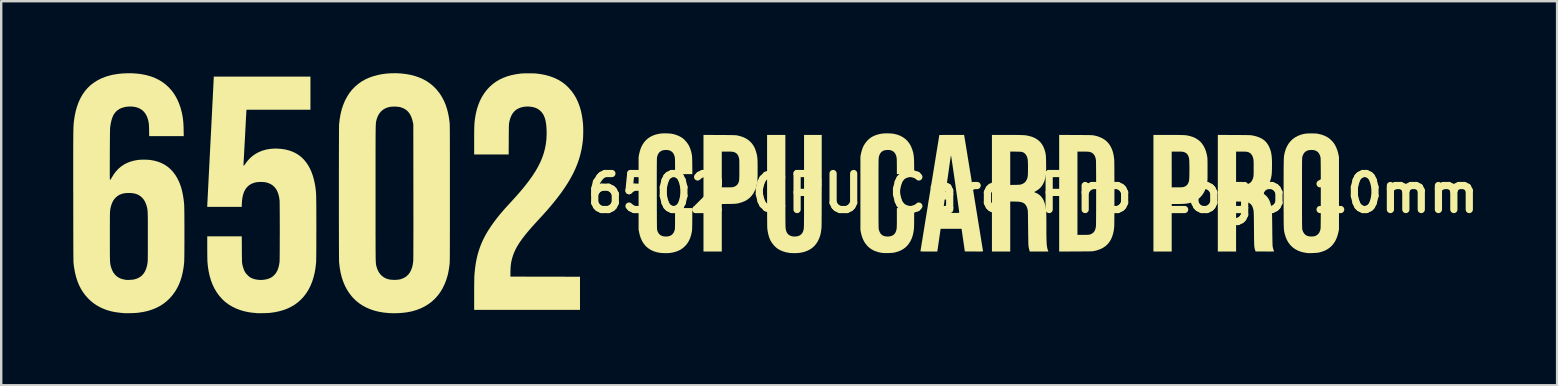
<source format=kicad_pcb>
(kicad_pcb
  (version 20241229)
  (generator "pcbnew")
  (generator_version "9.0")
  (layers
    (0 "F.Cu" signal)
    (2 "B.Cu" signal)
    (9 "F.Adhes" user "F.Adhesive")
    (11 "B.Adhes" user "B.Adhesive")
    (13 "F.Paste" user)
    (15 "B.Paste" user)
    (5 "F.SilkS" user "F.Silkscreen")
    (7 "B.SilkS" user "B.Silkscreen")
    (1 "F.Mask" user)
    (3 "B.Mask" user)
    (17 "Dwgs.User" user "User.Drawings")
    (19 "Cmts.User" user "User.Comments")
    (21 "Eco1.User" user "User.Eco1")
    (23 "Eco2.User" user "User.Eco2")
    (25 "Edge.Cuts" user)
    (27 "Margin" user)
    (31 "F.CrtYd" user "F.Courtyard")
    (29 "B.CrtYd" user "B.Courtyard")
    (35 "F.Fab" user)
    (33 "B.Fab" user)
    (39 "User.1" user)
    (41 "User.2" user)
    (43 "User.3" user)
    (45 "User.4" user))
  (footprint "6502 CPU Card Pro Logo 10mm"
    (layer "F.Cu")
    (at 39.973 4.999)
    (property "Reference" "6502 CPU Card Pro Logo 10mm" (at 0 0 0) (layer "F.SilkS") (effects (font (size 1.5 1.5) (thickness 0.3))))
    (attr board_only exclude_from_pos_files exclude_from_bom)
    (fp_poly (pts (xy 5.771 -2.428) (xy 5.884 -2.428) (xy 5.982 -2.428) (xy 6.067 -2.427) (xy 6.141 -2.426) (xy 6.205 -2.424) (xy 6.26 -2.422) (xy 6.307 -2.42) (xy 6.349 -2.417) (xy 6.386 -2.413) (xy 6.419 -2.408) (xy 6.451 -2.403) (xy 6.481 -2.396) (xy 6.513 -2.389) (xy 6.538 -2.383) (xy 6.662 -2.344) (xy 6.775 -2.293) (xy 6.875 -2.231) (xy 6.965 -2.157) (xy 7.044 -2.07) (xy 7.111 -1.97) (xy 7.168 -1.858) (xy 7.214 -1.733) (xy 7.249 -1.595) (xy 7.261 -1.531) (xy 7.265 -1.51) (xy 7.267 -1.488) (xy 7.27 -1.463) (xy 7.272 -1.433) (xy 7.273 -1.399) (xy 7.274 -1.356) (xy 7.275 -1.305) (xy 7.276 -1.243) (xy 7.276 -1.169) (xy 7.276 -1.081) (xy 7.276 -0.99) (xy 7.276 -0.888) (xy 7.276 -0.802) (xy 7.276 -0.729) (xy 7.275 -0.668) (xy 7.274 -0.618) (xy 7.273 -0.577) (xy 7.272 -0.543) (xy 7.27 -0.514) (xy 7.267 -0.49) (xy 7.264 -0.467) (xy 7.261 -0.448) (xy 7.234 -0.316) (xy 7.199 -0.198) (xy 7.155 -0.092) (xy 7.103 0.004) (xy 7.042 0.091) (xy 6.999 0.14) (xy 6.928 0.209) (xy 6.854 0.266) (xy 6.77 0.316) (xy 6.749 0.326) (xy 6.683 0.357) (xy 6.618 0.382) (xy 6.551 0.402) (xy 6.479 0.418) (xy 6.401 0.431) (xy 6.314 0.44) (xy 6.216 0.445) (xy 6.105 0.448) (xy 6.022 0.448) (xy 5.783 0.448) (xy 5.783 1.438) (xy 5.783 2.428) (xy 5.402 2.428) (xy 5.022 2.428) (xy 5.022 0) (xy 5.022 -0.99) (xy 5.783 -0.99) (xy 5.783 -0.245) (xy 6.005 -0.245) (xy 6.085 -0.246) (xy 6.149 -0.247) (xy 6.199 -0.249) (xy 6.236 -0.252) (xy 6.262 -0.255) (xy 6.27 -0.257) (xy 6.337 -0.282) (xy 6.393 -0.317) (xy 6.438 -0.363) (xy 6.473 -0.422) (xy 6.498 -0.494) (xy 6.506 -0.528) (xy 6.509 -0.555) (xy 6.512 -0.596) (xy 6.515 -0.65) (xy 6.517 -0.715) (xy 6.519 -0.787) (xy 6.52 -0.864) (xy 6.52 -0.946) (xy 6.521 -1.028) (xy 6.52 -1.109) (xy 6.519 -1.187) (xy 6.518 -1.259) (xy 6.516 -1.324) (xy 6.513 -1.378) (xy 6.51 -1.42) (xy 6.507 -1.447) (xy 6.506 -1.448) (xy 6.486 -1.525) (xy 6.458 -1.587) (xy 6.423 -1.637) (xy 6.377 -1.675) (xy 6.32 -1.705) (xy 6.284 -1.718) (xy 6.266 -1.723) (xy 6.247 -1.727) (xy 6.225 -1.73) (xy 6.197 -1.732) (xy 6.162 -1.733) (xy 6.116 -1.734) (xy 6.057 -1.734) (xy 6.006 -1.735) (xy 5.783 -1.735) (xy 5.783 -0.99) (xy 5.022 -0.99) (xy 5.022 -2.428) (xy 5.643 -2.428)) (stroke (width 0) (type solid)) (fill yes) (layer "F.SilkS"))
    (fp_poly (pts (xy -13.053 -2.426) (xy -12.929 -2.425) (xy -12.82 -2.425) (xy -12.726 -2.424) (xy -12.645 -2.423) (xy -12.576 -2.422) (xy -12.518 -2.421) (xy -12.47 -2.42) (xy -12.43 -2.419) (xy -12.398 -2.417) (xy -12.372 -2.416) (xy -12.35 -2.414) (xy -12.332 -2.411) (xy -12.317 -2.409) (xy -12.315 -2.408) (xy -12.179 -2.375) (xy -12.055 -2.332) (xy -11.945 -2.278) (xy -11.847 -2.213) (xy -11.761 -2.138) (xy -11.685 -2.05) (xy -11.621 -1.951) (xy -11.598 -1.908) (xy -11.578 -1.864) (xy -11.557 -1.809) (xy -11.536 -1.748) (xy -11.518 -1.688) (xy -11.503 -1.634) (xy -11.499 -1.616) (xy -11.492 -1.576) (xy -11.485 -1.538) (xy -11.48 -1.501) (xy -11.475 -1.462) (xy -11.472 -1.42) (xy -11.469 -1.372) (xy -11.467 -1.318) (xy -11.466 -1.254) (xy -11.465 -1.179) (xy -11.465 -1.09) (xy -11.465 -0.99) (xy -11.465 -0.875) (xy -11.466 -0.776) (xy -11.467 -0.689) (xy -11.47 -0.614) (xy -11.473 -0.548) (xy -11.478 -0.491) (xy -11.485 -0.438) (xy -11.493 -0.39) (xy -11.503 -0.344) (xy -11.515 -0.299) (xy -11.529 -0.251) (xy -11.541 -0.214) (xy -11.589 -0.094) (xy -11.647 0.014) (xy -11.717 0.11) (xy -11.799 0.194) (xy -11.892 0.266) (xy -11.997 0.326) (xy -12.115 0.375) (xy -12.245 0.413) (xy -12.315 0.428) (xy -12.343 0.432) (xy -12.374 0.436) (xy -12.412 0.439) (xy -12.458 0.441) (xy -12.513 0.443) (xy -12.582 0.445) (xy -12.664 0.446) (xy -12.677 0.446) (xy -12.958 0.45) (xy -12.958 1.439) (xy -12.958 2.428) (xy -13.339 2.428) (xy -13.72 2.428) (xy -13.72 -0.000468) (xy -13.72 -0.99) (xy -12.958 -0.99) (xy -12.958 -0.245) (xy -12.74 -0.245) (xy -12.661 -0.246) (xy -12.597 -0.247) (xy -12.548 -0.249) (xy -12.511 -0.252) (xy -12.486 -0.255) (xy -12.48 -0.257) (xy -12.411 -0.282) (xy -12.352 -0.319) (xy -12.305 -0.364) (xy -12.272 -0.418) (xy -12.272 -0.419) (xy -12.262 -0.442) (xy -12.254 -0.463) (xy -12.247 -0.485) (xy -12.241 -0.509) (xy -12.237 -0.536) (xy -12.233 -0.569) (xy -12.23 -0.608) (xy -12.229 -0.656) (xy -12.227 -0.713) (xy -12.227 -0.782) (xy -12.226 -0.865) (xy -12.226 -0.962) (xy -12.226 -0.99) (xy -12.226 -1.087) (xy -12.226 -1.168) (xy -12.227 -1.236) (xy -12.227 -1.291) (xy -12.228 -1.336) (xy -12.23 -1.372) (xy -12.231 -1.4) (xy -12.233 -1.423) (xy -12.236 -1.441) (xy -12.239 -1.457) (xy -12.241 -1.467) (xy -12.264 -1.54) (xy -12.293 -1.598) (xy -12.329 -1.643) (xy -12.374 -1.678) (xy -12.395 -1.69) (xy -12.421 -1.703) (xy -12.447 -1.713) (xy -12.473 -1.721) (xy -12.503 -1.726) (xy -12.538 -1.73) (xy -12.582 -1.733) (xy -12.637 -1.734) (xy -12.706 -1.734) (xy -12.74 -1.734) (xy -12.958 -1.735) (xy -12.958 -0.99) (xy -13.72 -0.99) (xy -13.72 -2.429)) (stroke (width 0) (type solid)) (fill yes) (layer "F.SilkS"))
    (fp_poly (pts (xy -10.31 -0.518) (xy -10.31 -0.303) (xy -10.31 -0.104) (xy -10.31 0.08) (xy -10.309 0.248) (xy -10.309 0.403) (xy -10.309 0.543) (xy -10.309 0.671) (xy -10.309 0.786) (xy -10.308 0.89) (xy -10.308 0.982) (xy -10.307 1.065) (xy -10.307 1.137) (xy -10.306 1.201) (xy -10.306 1.256) (xy -10.305 1.303) (xy -10.304 1.344) (xy -10.303 1.378) (xy -10.302 1.406) (xy -10.301 1.429) (xy -10.3 1.448) (xy -10.299 1.462) (xy -10.297 1.474) (xy -10.297 1.476) (xy -10.279 1.56) (xy -10.252 1.629) (xy -10.215 1.686) (xy -10.167 1.731) (xy -10.126 1.758) (xy -10.073 1.781) (xy -10.02 1.796) (xy -9.96 1.802) (xy -9.921 1.803) (xy -9.84 1.798) (xy -9.771 1.783) (xy -9.711 1.757) (xy -9.659 1.718) (xy -9.645 1.705) (xy -9.611 1.666) (xy -9.585 1.623) (xy -9.565 1.572) (xy -9.549 1.508) (xy -9.547 1.502) (xy -9.546 1.493) (xy -9.544 1.483) (xy -9.542 1.472) (xy -9.541 1.459) (xy -9.54 1.443) (xy -9.539 1.423) (xy -9.538 1.399) (xy -9.537 1.371) (xy -9.536 1.337) (xy -9.535 1.297) (xy -9.535 1.25) (xy -9.534 1.195) (xy -9.534 1.132) (xy -9.533 1.061) (xy -9.533 0.98) (xy -9.532 0.888) (xy -9.532 0.786) (xy -9.532 0.672) (xy -9.532 0.546) (xy -9.532 0.408) (xy -9.532 0.255) (xy -9.532 0.088) (xy -9.531 -0.093) (xy -9.531 -0.29) (xy -9.531 -0.501) (xy -9.531 -2.428) (xy -9.163 -2.428) (xy -8.795 -2.428) (xy -8.795 -0.561) (xy -8.795 -0.326) (xy -8.795 -0.105) (xy -8.796 0.102) (xy -8.796 0.295) (xy -8.796 0.474) (xy -8.797 0.638) (xy -8.797 0.788) (xy -8.798 0.922) (xy -8.799 1.042) (xy -8.799 1.146) (xy -8.8 1.234) (xy -8.801 1.307) (xy -8.802 1.363) (xy -8.803 1.403) (xy -8.804 1.426) (xy -8.817 1.552) (xy -8.836 1.666) (xy -8.862 1.77) (xy -8.897 1.869) (xy -8.94 1.965) (xy -8.957 1.997) (xy -9.023 2.102) (xy -9.1 2.195) (xy -9.189 2.276) (xy -9.29 2.344) (xy -9.402 2.4) (xy -9.525 2.444) (xy -9.66 2.475) (xy -9.709 2.483) (xy -9.766 2.489) (xy -9.834 2.493) (xy -9.909 2.495) (xy -9.986 2.494) (xy -10.06 2.492) (xy -10.126 2.487) (xy -10.166 2.482) (xy -10.295 2.457) (xy -10.419 2.418) (xy -10.534 2.368) (xy -10.623 2.317) (xy -10.685 2.27) (xy -10.749 2.211) (xy -10.811 2.142) (xy -10.867 2.068) (xy -10.915 1.993) (xy -10.934 1.958) (xy -10.969 1.878) (xy -11.001 1.784) (xy -11.027 1.681) (xy -11.048 1.573) (xy -11.062 1.463) (xy -11.062 1.455) (xy -11.064 1.434) (xy -11.065 1.396) (xy -11.066 1.342) (xy -11.066 1.271) (xy -11.067 1.185) (xy -11.068 1.082) (xy -11.069 0.963) (xy -11.069 0.829) (xy -11.07 0.679) (xy -11.07 0.514) (xy -11.071 0.334) (xy -11.071 0.139) (xy -11.071 -0.07) (xy -11.071 -0.294) (xy -11.071 -0.533) (xy -11.071 -0.535) (xy -11.071 -2.428) (xy -10.691 -2.428) (xy -10.31 -2.428)) (stroke (width 0) (type solid)) (fill yes) (layer "F.SilkS"))
    (fp_poly (pts (xy 1.783 -2.426) (xy 1.909 -2.425) (xy 2.02 -2.425) (xy 2.116 -2.424) (xy 2.199 -2.423) (xy 2.269 -2.422) (xy 2.329 -2.422) (xy 2.378 -2.42) (xy 2.419 -2.419) (xy 2.453 -2.418) (xy 2.48 -2.416) (xy 2.502 -2.414) (xy 2.521 -2.412) (xy 2.536 -2.41) (xy 2.543 -2.408) (xy 2.678 -2.376) (xy 2.799 -2.333) (xy 2.908 -2.281) (xy 3.004 -2.219) (xy 3.089 -2.146) (xy 3.163 -2.063) (xy 3.198 -2.014) (xy 3.254 -1.918) (xy 3.3 -1.816) (xy 3.337 -1.706) (xy 3.364 -1.585) (xy 3.384 -1.452) (xy 3.388 -1.405) (xy 3.389 -1.383) (xy 3.391 -1.345) (xy 3.392 -1.293) (xy 3.393 -1.227) (xy 3.393 -1.149) (xy 3.394 -1.06) (xy 3.395 -0.961) (xy 3.395 -0.853) (xy 3.396 -0.737) (xy 3.396 -0.615) (xy 3.397 -0.488) (xy 3.397 -0.356) (xy 3.397 -0.222) (xy 3.397 -0.085) (xy 3.397 0.052) (xy 3.397 0.189) (xy 3.397 0.324) (xy 3.397 0.457) (xy 3.396 0.585) (xy 3.396 0.709) (xy 3.396 0.826) (xy 3.395 0.936) (xy 3.394 1.037) (xy 3.394 1.129) (xy 3.393 1.209) (xy 3.392 1.278) (xy 3.391 1.334) (xy 3.39 1.375) (xy 3.389 1.401) (xy 3.388 1.405) (xy 3.369 1.557) (xy 3.339 1.696) (xy 3.298 1.822) (xy 3.246 1.936) (xy 3.183 2.037) (xy 3.108 2.127) (xy 3.022 2.205) (xy 2.923 2.272) (xy 2.812 2.327) (xy 2.689 2.372) (xy 2.552 2.406) (xy 2.543 2.408) (xy 2.528 2.411) (xy 2.511 2.413) (xy 2.49 2.415) (xy 2.466 2.417) (xy 2.435 2.419) (xy 2.397 2.42) (xy 2.352 2.421) (xy 2.297 2.422) (xy 2.231 2.423) (xy 2.154 2.424) (xy 2.064 2.424) (xy 1.96 2.425) (xy 1.841 2.426) (xy 1.783 2.426) (xy 1.096 2.429) (xy 1.096 0) (xy 1.857 0) (xy 1.857 1.735) (xy 2.086 1.735) (xy 2.16 1.734) (xy 2.218 1.734) (xy 2.265 1.732) (xy 2.302 1.731) (xy 2.331 1.728) (xy 2.354 1.724) (xy 2.371 1.72) (xy 2.427 1.7) (xy 2.481 1.669) (xy 2.528 1.63) (xy 2.557 1.596) (xy 2.586 1.542) (xy 2.609 1.473) (xy 2.625 1.392) (xy 2.627 1.384) (xy 2.628 1.366) (xy 2.629 1.333) (xy 2.63 1.285) (xy 2.631 1.224) (xy 2.632 1.15) (xy 2.633 1.065) (xy 2.633 0.97) (xy 2.634 0.866) (xy 2.635 0.754) (xy 2.635 0.636) (xy 2.635 0.512) (xy 2.636 0.383) (xy 2.636 0.252) (xy 2.636 0.118) (xy 2.636 -0.017) (xy 2.636 -0.152) (xy 2.636 -0.285) (xy 2.636 -0.416) (xy 2.635 -0.544) (xy 2.635 -0.666) (xy 2.634 -0.783) (xy 2.634 -0.893) (xy 2.633 -0.995) (xy 2.632 -1.088) (xy 2.632 -1.17) (xy 2.631 -1.241) (xy 2.63 -1.299) (xy 2.629 -1.343) (xy 2.627 -1.372) (xy 2.627 -1.384) (xy 2.611 -1.466) (xy 2.589 -1.534) (xy 2.56 -1.59) (xy 2.521 -1.636) (xy 2.478 -1.672) (xy 2.451 -1.689) (xy 2.425 -1.702) (xy 2.398 -1.713) (xy 2.367 -1.721) (xy 2.33 -1.727) (xy 2.285 -1.731) (xy 2.23 -1.733) (xy 2.162 -1.734) (xy 2.086 -1.735) (xy 1.857 -1.735) (xy 1.857 0) (xy 1.096 0) (xy 1.096 -2.429)) (stroke (width 0) (type solid)) (fill yes) (layer "F.SilkS"))
    (fp_poly (pts (xy -5.98 -2.493) (xy -5.901 -2.488) (xy -5.829 -2.481) (xy -5.771 -2.471) (xy -5.638 -2.437) (xy -5.517 -2.39) (xy -5.408 -2.33) (xy -5.309 -2.258) (xy -5.223 -2.174) (xy -5.147 -2.077) (xy -5.084 -1.968) (xy -5.032 -1.846) (xy -4.991 -1.713) (xy -4.988 -1.699) (xy -4.977 -1.649) (xy -4.968 -1.596) (xy -4.961 -1.54) (xy -4.955 -1.479) (xy -4.951 -1.409) (xy -4.948 -1.329) (xy -4.946 -1.237) (xy -4.945 -1.131) (xy -4.945 -1.102) (xy -4.945 -0.795) (xy -5.305 -0.795) (xy -5.665 -0.795) (xy -5.665 -1.102) (xy -5.665 -1.175) (xy -5.666 -1.246) (xy -5.667 -1.311) (xy -5.668 -1.368) (xy -5.67 -1.415) (xy -5.672 -1.45) (xy -5.673 -1.468) (xy -5.692 -1.554) (xy -5.721 -1.629) (xy -5.762 -1.69) (xy -5.813 -1.739) (xy -5.875 -1.774) (xy -5.931 -1.793) (xy -5.977 -1.8) (xy -6.031 -1.803) (xy -6.089 -1.801) (xy -6.143 -1.796) (xy -6.186 -1.786) (xy -6.251 -1.76) (xy -6.305 -1.722) (xy -6.349 -1.672) (xy -6.384 -1.609) (xy -6.41 -1.533) (xy -6.416 -1.506) (xy -6.418 -1.497) (xy -6.42 -1.486) (xy -6.421 -1.473) (xy -6.422 -1.456) (xy -6.424 -1.435) (xy -6.425 -1.409) (xy -6.426 -1.378) (xy -6.427 -1.34) (xy -6.427 -1.295) (xy -6.428 -1.242) (xy -6.429 -1.181) (xy -6.429 -1.11) (xy -6.429 -1.028) (xy -6.43 -0.936) (xy -6.43 -0.832) (xy -6.43 -0.715) (xy -6.43 -0.584) (xy -6.43 -0.44) (xy -6.43 -0.281) (xy -6.43 -0.106) (xy -6.43 0.008) (xy -6.43 0.193) (xy -6.43 0.361) (xy -6.43 0.515) (xy -6.43 0.653) (xy -6.43 0.778) (xy -6.43 0.889) (xy -6.43 0.988) (xy -6.429 1.076) (xy -6.429 1.153) (xy -6.428 1.22) (xy -6.428 1.278) (xy -6.427 1.327) (xy -6.426 1.368) (xy -6.426 1.403) (xy -6.425 1.432) (xy -6.423 1.455) (xy -6.422 1.473) (xy -6.421 1.488) (xy -6.419 1.5) (xy -6.418 1.509) (xy -6.416 1.516) (xy -6.389 1.597) (xy -6.354 1.665) (xy -6.311 1.718) (xy -6.257 1.758) (xy -6.193 1.785) (xy -6.118 1.8) (xy -6.051 1.803) (xy -5.964 1.798) (xy -5.889 1.78) (xy -5.826 1.75) (xy -5.773 1.707) (xy -5.732 1.652) (xy -5.7 1.583) (xy -5.679 1.5) (xy -5.677 1.493) (xy -5.674 1.471) (xy -5.672 1.446) (xy -5.67 1.414) (xy -5.668 1.375) (xy -5.667 1.326) (xy -5.666 1.267) (xy -5.665 1.196) (xy -5.665 1.11) (xy -5.665 1.018) (xy -5.665 0.618) (xy -5.305 0.618) (xy -4.945 0.618) (xy -4.945 1.013) (xy -4.946 1.118) (xy -4.946 1.208) (xy -4.947 1.285) (xy -4.948 1.349) (xy -4.95 1.403) (xy -4.952 1.449) (xy -4.955 1.487) (xy -4.958 1.519) (xy -4.979 1.653) (xy -5.008 1.774) (xy -5.046 1.884) (xy -5.094 1.986) (xy -5.149 2.077) (xy -5.223 2.174) (xy -5.308 2.257) (xy -5.404 2.328) (xy -5.51 2.387) (xy -5.629 2.434) (xy -5.759 2.469) (xy -5.771 2.471) (xy -5.82 2.479) (xy -5.883 2.485) (xy -5.953 2.49) (xy -6.029 2.493) (xy -6.105 2.493) (xy -6.177 2.492) (xy -6.242 2.489) (xy -6.295 2.484) (xy -6.299 2.483) (xy -6.433 2.455) (xy -6.558 2.415) (xy -6.633 2.382) (xy -6.714 2.339) (xy -6.783 2.293) (xy -6.848 2.238) (xy -6.898 2.188) (xy -6.973 2.098) (xy -7.036 1.999) (xy -7.089 1.888) (xy -7.131 1.765) (xy -7.164 1.629) (xy -7.164 1.627) (xy -7.183 1.527) (xy -7.183 0) (xy -7.183 -1.527) (xy -7.164 -1.627) (xy -7.149 -1.698) (xy -7.129 -1.771) (xy -7.106 -1.842) (xy -7.082 -1.906) (xy -7.06 -1.957) (xy -7 -2.058) (xy -6.929 -2.153) (xy -6.848 -2.238) (xy -6.782 -2.295) (xy -6.697 -2.35) (xy -6.6 -2.398) (xy -6.493 -2.437) (xy -6.378 -2.467) (xy -6.284 -2.484) (xy -6.22 -2.49) (xy -6.145 -2.494) (xy -6.063 -2.495)) (stroke (width 0) (type solid)) (fill yes) (layer "F.SilkS"))
    (fp_poly (pts (xy -15.239 -2.493) (xy -15.168 -2.49) (xy -15.103 -2.485) (xy -15.048 -2.479) (xy -15.027 -2.475) (xy -14.929 -2.452) (xy -14.831 -2.42) (xy -14.737 -2.38) (xy -14.652 -2.335) (xy -14.582 -2.289) (xy -14.523 -2.237) (xy -14.463 -2.174) (xy -14.406 -2.105) (xy -14.356 -2.033) (xy -14.321 -1.972) (xy -14.285 -1.891) (xy -14.252 -1.798) (xy -14.224 -1.694) (xy -14.209 -1.625) (xy -14.204 -1.601) (xy -14.201 -1.578) (xy -14.198 -1.552) (xy -14.196 -1.523) (xy -14.194 -1.488) (xy -14.192 -1.445) (xy -14.191 -1.393) (xy -14.189 -1.329) (xy -14.188 -1.252) (xy -14.187 -1.166) (xy -14.183 -0.795) (xy -14.544 -0.795) (xy -14.904 -0.795) (xy -14.904 -1.121) (xy -14.904 -1.209) (xy -14.905 -1.283) (xy -14.905 -1.344) (xy -14.907 -1.393) (xy -14.908 -1.432) (xy -14.911 -1.462) (xy -14.913 -1.487) (xy -14.917 -1.507) (xy -14.917 -1.508) (xy -14.941 -1.589) (xy -14.974 -1.658) (xy -15.018 -1.712) (xy -15.072 -1.754) (xy -15.137 -1.783) (xy -15.214 -1.799) (xy -15.285 -1.803) (xy -15.371 -1.797) (xy -15.445 -1.778) (xy -15.509 -1.746) (xy -15.562 -1.701) (xy -15.604 -1.643) (xy -15.635 -1.572) (xy -15.656 -1.488) (xy -15.657 -1.485) (xy -15.658 -1.472) (xy -15.659 -1.451) (xy -15.66 -1.42) (xy -15.661 -1.379) (xy -15.662 -1.327) (xy -15.663 -1.265) (xy -15.663 -1.191) (xy -15.664 -1.105) (xy -15.664 -1.006) (xy -15.665 -0.894) (xy -15.665 -0.768) (xy -15.665 -0.627) (xy -15.665 -0.472) (xy -15.665 -0.302) (xy -15.664 -0.115) (xy -15.664 0.034) (xy -15.664 0.219) (xy -15.663 0.388) (xy -15.663 0.541) (xy -15.663 0.68) (xy -15.662 0.805) (xy -15.662 0.917) (xy -15.661 1.016) (xy -15.661 1.104) (xy -15.66 1.181) (xy -15.66 1.248) (xy -15.659 1.306) (xy -15.658 1.356) (xy -15.658 1.397) (xy -15.657 1.432) (xy -15.656 1.46) (xy -15.655 1.483) (xy -15.653 1.501) (xy -15.652 1.515) (xy -15.65 1.526) (xy -15.649 1.535) (xy -15.647 1.542) (xy -15.647 1.542) (xy -15.624 1.606) (xy -15.597 1.658) (xy -15.565 1.7) (xy -15.556 1.709) (xy -15.507 1.749) (xy -15.45 1.778) (xy -15.384 1.795) (xy -15.306 1.803) (xy -15.278 1.803) (xy -15.193 1.797) (xy -15.12 1.777) (xy -15.057 1.745) (xy -15.005 1.7) (xy -14.963 1.641) (xy -14.931 1.569) (xy -14.913 1.499) (xy -14.911 1.479) (xy -14.909 1.443) (xy -14.907 1.392) (xy -14.906 1.327) (xy -14.905 1.248) (xy -14.904 1.157) (xy -14.904 1.054) (xy -14.904 1.036) (xy -14.904 0.618) (xy -14.544 0.618) (xy -14.184 0.618) (xy -14.187 1.077) (xy -14.188 1.178) (xy -14.189 1.264) (xy -14.19 1.336) (xy -14.191 1.396) (xy -14.192 1.446) (xy -14.194 1.486) (xy -14.195 1.52) (xy -14.197 1.547) (xy -14.2 1.571) (xy -14.203 1.592) (xy -14.206 1.613) (xy -14.209 1.625) (xy -14.238 1.75) (xy -14.273 1.861) (xy -14.317 1.961) (xy -14.368 2.052) (xy -14.43 2.137) (xy -14.479 2.193) (xy -14.564 2.272) (xy -14.658 2.339) (xy -14.761 2.393) (xy -14.876 2.437) (xy -15.002 2.469) (xy -15.11 2.487) (xy -15.154 2.491) (xy -15.211 2.494) (xy -15.276 2.495) (xy -15.343 2.494) (xy -15.409 2.492) (xy -15.469 2.489) (xy -15.518 2.484) (xy -15.526 2.483) (xy -15.662 2.458) (xy -15.787 2.419) (xy -15.9 2.369) (xy -16.002 2.306) (xy -16.094 2.231) (xy -16.136 2.189) (xy -16.212 2.096) (xy -16.276 1.993) (xy -16.329 1.88) (xy -16.371 1.755) (xy -16.403 1.617) (xy -16.404 1.614) (xy -16.423 1.51) (xy -16.423 0) (xy -16.423 -1.51) (xy -16.404 -1.614) (xy -16.37 -1.757) (xy -16.326 -1.887) (xy -16.27 -2.005) (xy -16.203 -2.11) (xy -16.124 -2.203) (xy -16.034 -2.283) (xy -15.933 -2.35) (xy -15.82 -2.406) (xy -15.696 -2.448) (xy -15.56 -2.478) (xy -15.494 -2.488) (xy -15.444 -2.492) (xy -15.382 -2.494) (xy -15.312 -2.495)) (stroke (width 0) (type solid)) (fill yes) (layer "F.SilkS"))
    (fp_poly (pts (xy -0.95 -2.428) (xy -0.837 -2.428) (xy -0.737 -2.428) (xy -0.651 -2.427) (xy -0.575 -2.426) (xy -0.511 -2.424) (xy -0.454 -2.423) (xy -0.406 -2.42) (xy -0.363 -2.418) (xy -0.326 -2.414) (xy -0.292 -2.41) (xy -0.259 -2.405) (xy -0.228 -2.4) (xy -0.198 -2.394) (xy -0.069 -2.361) (xy 0.048 -2.316) (xy 0.152 -2.26) (xy 0.244 -2.192) (xy 0.324 -2.113) (xy 0.391 -2.021) (xy 0.447 -1.918) (xy 0.491 -1.803) (xy 0.508 -1.743) (xy 0.518 -1.705) (xy 0.525 -1.67) (xy 0.532 -1.638) (xy 0.537 -1.605) (xy 0.541 -1.57) (xy 0.544 -1.53) (xy 0.546 -1.483) (xy 0.548 -1.428) (xy 0.55 -1.361) (xy 0.551 -1.281) (xy 0.552 -1.219) (xy 0.553 -1.119) (xy 0.553 -1.035) (xy 0.553 -0.963) (xy 0.552 -0.902) (xy 0.549 -0.85) (xy 0.546 -0.803) (xy 0.541 -0.761) (xy 0.535 -0.722) (xy 0.528 -0.682) (xy 0.519 -0.64) (xy 0.516 -0.628) (xy 0.481 -0.509) (xy 0.435 -0.403) (xy 0.378 -0.309) (xy 0.31 -0.227) (xy 0.23 -0.156) (xy 0.138 -0.096) (xy 0.124 -0.089) (xy 0.095 -0.073) (xy 0.073 -0.059) (xy 0.061 -0.05) (xy 0.06 -0.048) (xy 0.067 -0.041) (xy 0.086 -0.032) (xy 0.112 -0.021) (xy 0.189 0.013) (xy 0.258 0.058) (xy 0.321 0.114) (xy 0.376 0.177) (xy 0.422 0.248) (xy 0.462 0.329) (xy 0.494 0.422) (xy 0.521 0.527) (xy 0.541 0.647) (xy 0.55 0.711) (xy 0.552 0.739) (xy 0.555 0.771) (xy 0.557 0.808) (xy 0.559 0.852) (xy 0.56 0.904) (xy 0.561 0.966) (xy 0.562 1.038) (xy 0.562 1.123) (xy 0.563 1.222) (xy 0.563 1.336) (xy 0.563 1.35) (xy 0.563 1.495) (xy 0.563 1.624) (xy 0.564 1.739) (xy 0.566 1.84) (xy 0.568 1.929) (xy 0.571 2.007) (xy 0.574 2.075) (xy 0.578 2.135) (xy 0.584 2.186) (xy 0.59 2.231) (xy 0.597 2.271) (xy 0.605 2.307) (xy 0.614 2.339) (xy 0.625 2.37) (xy 0.626 2.375) (xy 0.647 2.428) (xy 0.259 2.428) (xy -0.128 2.428) (xy -0.138 2.397) (xy -0.16 2.317) (xy -0.175 2.244) (xy -0.183 2.191) (xy -0.184 2.171) (xy -0.186 2.134) (xy -0.188 2.083) (xy -0.189 2.019) (xy -0.191 1.943) (xy -0.193 1.857) (xy -0.194 1.76) (xy -0.196 1.656) (xy -0.197 1.544) (xy -0.198 1.426) (xy -0.198 1.426) (xy -0.2 1.301) (xy -0.201 1.192) (xy -0.202 1.097) (xy -0.203 1.016) (xy -0.204 0.947) (xy -0.205 0.889) (xy -0.206 0.841) (xy -0.207 0.801) (xy -0.208 0.769) (xy -0.21 0.743) (xy -0.212 0.722) (xy -0.214 0.704) (xy -0.217 0.69) (xy -0.219 0.676) (xy -0.223 0.663) (xy -0.223 0.661) (xy -0.244 0.597) (xy -0.269 0.538) (xy -0.299 0.488) (xy -0.331 0.451) (xy -0.338 0.444) (xy -0.377 0.416) (xy -0.419 0.393) (xy -0.466 0.376) (xy -0.521 0.363) (xy -0.585 0.354) (xy -0.661 0.349) (xy -0.751 0.347) (xy -0.771 0.347) (xy -0.943 0.347) (xy -0.943 1.388) (xy -0.943 2.428) (xy -1.324 2.428) (xy -1.705 2.428) (xy -1.705 0) (xy -1.705 -1.04) (xy -0.943 -1.04) (xy -0.943 -0.345) (xy -0.738 -0.349) (xy -0.671 -0.35) (xy -0.619 -0.352) (xy -0.578 -0.354) (xy -0.546 -0.356) (xy -0.521 -0.36) (xy -0.501 -0.364) (xy -0.481 -0.37) (xy -0.48 -0.37) (xy -0.408 -0.401) (xy -0.347 -0.441) (xy -0.297 -0.493) (xy -0.259 -0.557) (xy -0.229 -0.634) (xy -0.215 -0.695) (xy -0.211 -0.721) (xy -0.209 -0.762) (xy -0.206 -0.814) (xy -0.205 -0.875) (xy -0.204 -0.943) (xy -0.203 -1.014) (xy -0.203 -1.087) (xy -0.204 -1.159) (xy -0.205 -1.227) (xy -0.207 -1.288) (xy -0.209 -1.34) (xy -0.212 -1.381) (xy -0.215 -1.405) (xy -0.235 -1.489) (xy -0.262 -1.559) (xy -0.298 -1.616) (xy -0.342 -1.661) (xy -0.36 -1.674) (xy -0.383 -1.69) (xy -0.404 -1.702) (xy -0.425 -1.711) (xy -0.449 -1.718) (xy -0.478 -1.724) (xy -0.513 -1.727) (xy -0.559 -1.73) (xy -0.616 -1.731) (xy -0.686 -1.732) (xy -0.709 -1.733) (xy -0.943 -1.736) (xy -0.943 -1.04) (xy -1.705 -1.04) (xy -1.705 -2.428) (xy -1.08 -2.428)) (stroke (width 0) (type solid)) (fill yes) (layer "F.SilkS"))
    (fp_poly (pts (xy -2.86 -2.409) (xy -2.858 -2.398) (xy -2.854 -2.372) (xy -2.847 -2.33) (xy -2.838 -2.274) (xy -2.826 -2.205) (xy -2.813 -2.123) (xy -2.797 -2.029) (xy -2.78 -1.925) (xy -2.762 -1.81) (xy -2.741 -1.686) (xy -2.72 -1.553) (xy -2.697 -1.413) (xy -2.673 -1.265) (xy -2.648 -1.111) (xy -2.622 -0.953) (xy -2.595 -0.789) (xy -2.568 -0.622) (xy -2.541 -0.452) (xy -2.513 -0.28) (xy -2.484 -0.106) (xy -2.456 0.068) (xy -2.428 0.242) (xy -2.4 0.414) (xy -2.372 0.585) (xy -2.345 0.753) (xy -2.318 0.917) (xy -2.293 1.078) (xy -2.267 1.233) (xy -2.243 1.382) (xy -2.22 1.524) (xy -2.198 1.659) (xy -2.178 1.785) (xy -2.159 1.902) (xy -2.142 2.009) (xy -2.126 2.106) (xy -2.113 2.191) (xy -2.101 2.263) (xy -2.092 2.322) (xy -2.084 2.367) (xy -2.08 2.398) (xy -2.077 2.413) (xy -2.077 2.414) (xy -2.078 2.417) (xy -2.082 2.42) (xy -2.09 2.423) (xy -2.104 2.424) (xy -2.124 2.426) (xy -2.154 2.426) (xy -2.193 2.427) (xy -2.244 2.427) (xy -2.308 2.427) (xy -2.387 2.427) (xy -2.455 2.426) (xy -2.834 2.424) (xy -2.902 1.952) (xy -2.97 1.481) (xy -3.406 1.481) (xy -3.842 1.481) (xy -3.908 1.935) (xy -3.921 2.022) (xy -3.932 2.103) (xy -3.944 2.179) (xy -3.953 2.246) (xy -3.962 2.304) (xy -3.969 2.351) (xy -3.974 2.385) (xy -3.978 2.405) (xy -3.978 2.409) (xy -3.983 2.428) (xy -4.333 2.428) (xy -4.411 2.428) (xy -4.483 2.428) (xy -4.546 2.427) (xy -4.599 2.426) (xy -4.64 2.424) (xy -4.669 2.423) (xy -4.682 2.421) (xy -4.683 2.421) (xy -4.682 2.412) (xy -4.678 2.387) (xy -4.671 2.347) (xy -4.663 2.292) (xy -4.651 2.223) (xy -4.638 2.14) (xy -4.623 2.045) (xy -4.605 1.938) (xy -4.586 1.819) (xy -4.565 1.689) (xy -4.542 1.55) (xy -4.518 1.401) (xy -4.493 1.243) (xy -4.466 1.077) (xy -4.437 0.904) (xy -4.424 0.821) (xy -3.754 0.821) (xy -3.411 0.821) (xy -3.322 0.821) (xy -3.248 0.82) (xy -3.189 0.82) (xy -3.144 0.819) (xy -3.11 0.817) (xy -3.087 0.816) (xy -3.073 0.814) (xy -3.067 0.811) (xy -3.067 0.81) (xy -3.068 0.798) (xy -3.071 0.771) (xy -3.076 0.73) (xy -3.083 0.675) (xy -3.092 0.609) (xy -3.103 0.532) (xy -3.115 0.445) (xy -3.128 0.35) (xy -3.143 0.247) (xy -3.158 0.138) (xy -3.174 0.024) (xy -3.191 -0.093) (xy -3.208 -0.214) (xy -3.226 -0.336) (xy -3.243 -0.459) (xy -3.261 -0.581) (xy -3.278 -0.701) (xy -3.295 -0.818) (xy -3.312 -0.931) (xy -3.327 -1.038) (xy -3.342 -1.14) (xy -3.356 -1.233) (xy -3.369 -1.319) (xy -3.38 -1.394) (xy -3.39 -1.458) (xy -3.398 -1.51) (xy -3.404 -1.549) (xy -3.408 -1.573) (xy -3.41 -1.582) (xy -3.41 -1.582) (xy -3.412 -1.574) (xy -3.417 -1.55) (xy -3.423 -1.51) (xy -3.432 -1.456) (xy -3.442 -1.388) (xy -3.454 -1.306) (xy -3.468 -1.213) (xy -3.483 -1.107) (xy -3.499 -0.991) (xy -3.517 -0.864) (xy -3.536 -0.728) (xy -3.557 -0.583) (xy -3.578 -0.43) (xy -3.582 -0.4) (xy -3.601 -0.26) (xy -3.62 -0.125) (xy -3.638 0.005) (xy -3.655 0.129) (xy -3.672 0.245) (xy -3.687 0.353) (xy -3.7 0.451) (xy -3.713 0.54) (xy -3.724 0.617) (xy -3.733 0.682) (xy -3.74 0.734) (xy -3.746 0.772) (xy -3.749 0.795) (xy -3.75 0.802) (xy -3.754 0.821) (xy -4.424 0.821) (xy -4.408 0.723) (xy -4.378 0.537) (xy -4.347 0.345) (xy -4.315 0.148) (xy -4.29 -0.004) (xy -4.257 -0.204) (xy -4.225 -0.4) (xy -4.194 -0.59) (xy -4.164 -0.775) (xy -4.135 -0.954) (xy -4.107 -1.125) (xy -4.081 -1.289) (xy -4.055 -1.445) (xy -4.032 -1.591) (xy -4.009 -1.728) (xy -3.989 -1.855) (xy -3.97 -1.971) (xy -3.953 -2.075) (xy -3.938 -2.167) (xy -3.925 -2.246) (xy -3.915 -2.312) (xy -3.906 -2.363) (xy -3.9 -2.399) (xy -3.897 -2.42) (xy -3.896 -2.425) (xy -3.888 -2.426) (xy -3.864 -2.426) (xy -3.827 -2.427) (xy -3.776 -2.427) (xy -3.715 -2.428) (xy -3.644 -2.428) (xy -3.565 -2.428) (xy -3.479 -2.428) (xy -3.387 -2.428) (xy -3.38 -2.428) (xy -2.864 -2.428)) (stroke (width 0) (type solid)) (fill yes) (layer "F.SilkS"))
    (fp_poly (pts (xy 8.383 -2.426) (xy 8.506 -2.425) (xy 8.615 -2.425) (xy 8.708 -2.424) (xy 8.789 -2.423) (xy 8.857 -2.423) (xy 8.915 -2.422) (xy 8.963 -2.421) (xy 9.004 -2.42) (xy 9.037 -2.418) (xy 9.065 -2.417) (xy 9.088 -2.415) (xy 9.108 -2.412) (xy 9.126 -2.41) (xy 9.143 -2.407) (xy 9.155 -2.405) (xy 9.286 -2.375) (xy 9.402 -2.337) (xy 9.505 -2.291) (xy 9.595 -2.236) (xy 9.674 -2.172) (xy 9.742 -2.097) (xy 9.8 -2.011) (xy 9.827 -1.963) (xy 9.859 -1.894) (xy 9.887 -1.824) (xy 9.91 -1.75) (xy 9.928 -1.671) (xy 9.942 -1.586) (xy 9.952 -1.492) (xy 9.958 -1.388) (xy 9.961 -1.271) (xy 9.961 -1.14) (xy 9.96 -1.079) (xy 9.958 -0.975) (xy 9.954 -0.887) (xy 9.95 -0.816) (xy 9.945 -0.76) (xy 9.942 -0.738) (xy 9.915 -0.609) (xy 9.877 -0.491) (xy 9.829 -0.385) (xy 9.769 -0.291) (xy 9.706 -0.217) (xy 9.668 -0.182) (xy 9.619 -0.145) (xy 9.568 -0.11) (xy 9.518 -0.082) (xy 9.499 -0.073) (xy 9.479 -0.062) (xy 9.467 -0.052) (xy 9.466 -0.049) (xy 9.474 -0.043) (xy 9.494 -0.032) (xy 9.523 -0.018) (xy 9.536 -0.012) (xy 9.616 0.029) (xy 9.687 0.078) (xy 9.749 0.138) (xy 9.802 0.207) (xy 9.847 0.288) (xy 9.885 0.382) (xy 9.916 0.489) (xy 9.94 0.61) (xy 9.952 0.685) (xy 9.954 0.707) (xy 9.956 0.734) (xy 9.958 0.767) (xy 9.96 0.807) (xy 9.962 0.856) (xy 9.964 0.914) (xy 9.965 0.983) (xy 9.967 1.063) (xy 9.968 1.156) (xy 9.969 1.263) (xy 9.971 1.386) (xy 9.972 1.476) (xy 9.973 1.589) (xy 9.974 1.696) (xy 9.975 1.796) (xy 9.977 1.889) (xy 9.979 1.972) (xy 9.98 2.045) (xy 9.982 2.107) (xy 9.983 2.156) (xy 9.985 2.191) (xy 9.986 2.21) (xy 9.987 2.213) (xy 9.998 2.264) (xy 10.011 2.314) (xy 10.024 2.358) (xy 10.035 2.389) (xy 10.043 2.409) (xy 10.047 2.422) (xy 10.047 2.424) (xy 10.039 2.425) (xy 10.016 2.426) (xy 9.979 2.426) (xy 9.93 2.427) (xy 9.871 2.427) (xy 9.803 2.427) (xy 9.729 2.427) (xy 9.661 2.426) (xy 9.275 2.424) (xy 9.263 2.386) (xy 9.255 2.36) (xy 9.248 2.337) (xy 9.242 2.315) (xy 9.237 2.293) (xy 9.232 2.271) (xy 9.228 2.246) (xy 9.225 2.218) (xy 9.222 2.185) (xy 9.22 2.146) (xy 9.218 2.1) (xy 9.216 2.046) (xy 9.215 1.982) (xy 9.214 1.907) (xy 9.213 1.82) (xy 9.212 1.719) (xy 9.211 1.604) (xy 9.21 1.493) (xy 9.209 1.364) (xy 9.208 1.25) (xy 9.207 1.151) (xy 9.206 1.065) (xy 9.204 0.992) (xy 9.203 0.93) (xy 9.202 0.878) (xy 9.201 0.835) (xy 9.199 0.799) (xy 9.197 0.77) (xy 9.195 0.747) (xy 9.193 0.728) (xy 9.19 0.712) (xy 9.19 0.709) (xy 9.169 0.622) (xy 9.141 0.549) (xy 9.106 0.49) (xy 9.061 0.442) (xy 9.006 0.404) (xy 8.939 0.375) (xy 8.912 0.366) (xy 8.889 0.361) (xy 8.857 0.357) (xy 8.814 0.354) (xy 8.757 0.352) (xy 8.686 0.35) (xy 8.666 0.349) (xy 8.465 0.345) (xy 8.465 1.387) (xy 8.465 2.428) (xy 8.085 2.428) (xy 7.704 2.428) (xy 7.704 -0.000461) (xy 7.704 -1.04) (xy 8.465 -1.04) (xy 8.465 -0.345) (xy 8.666 -0.349) (xy 8.744 -0.351) (xy 8.805 -0.354) (xy 8.853 -0.357) (xy 8.888 -0.361) (xy 8.911 -0.366) (xy 8.961 -0.385) (xy 9.011 -0.41) (xy 9.055 -0.439) (xy 9.088 -0.468) (xy 9.089 -0.469) (xy 9.124 -0.519) (xy 9.154 -0.581) (xy 9.178 -0.65) (xy 9.182 -0.668) (xy 9.186 -0.687) (xy 9.189 -0.707) (xy 9.192 -0.732) (xy 9.194 -0.761) (xy 9.195 -0.798) (xy 9.196 -0.845) (xy 9.197 -0.903) (xy 9.197 -0.974) (xy 9.197 -1.049) (xy 9.197 -1.134) (xy 9.197 -1.203) (xy 9.196 -1.26) (xy 9.195 -1.306) (xy 9.194 -1.343) (xy 9.192 -1.372) (xy 9.189 -1.397) (xy 9.185 -1.419) (xy 9.182 -1.438) (xy 9.159 -1.519) (xy 9.127 -1.585) (xy 9.088 -1.638) (xy 9.038 -1.679) (xy 9.024 -1.687) (xy 8.997 -1.701) (xy 8.972 -1.712) (xy 8.946 -1.72) (xy 8.916 -1.726) (xy 8.879 -1.73) (xy 8.834 -1.732) (xy 8.779 -1.734) (xy 8.709 -1.734) (xy 8.679 -1.734) (xy 8.465 -1.735) (xy 8.465 -1.04) (xy 7.704 -1.04) (xy 7.704 -2.429)) (stroke (width 0) (type solid)) (fill yes) (layer "F.SilkS"))
    (fp_poly (pts (xy -20.916 -4.995) (xy -20.841 -4.993) (xy -20.772 -4.991) (xy -20.714 -4.988) (xy -20.675 -4.985) (xy -20.474 -4.958) (xy -20.287 -4.92) (xy -20.111 -4.87) (xy -19.947 -4.81) (xy -19.793 -4.738) (xy -19.65 -4.654) (xy -19.515 -4.558) (xy -19.494 -4.541) (xy -19.463 -4.515) (xy -19.425 -4.48) (xy -19.384 -4.441) (xy -19.344 -4.401) (xy -19.333 -4.39) (xy -19.218 -4.259) (xy -19.115 -4.116) (xy -19.024 -3.961) (xy -18.945 -3.794) (xy -18.878 -3.616) (xy -18.823 -3.426) (xy -18.781 -3.223) (xy -18.75 -3.009) (xy -18.737 -2.877) (xy -18.733 -2.805) (xy -18.73 -2.721) (xy -18.729 -2.63) (xy -18.729 -2.536) (xy -18.731 -2.443) (xy -18.733 -2.355) (xy -18.738 -2.276) (xy -18.741 -2.229) (xy -18.766 -2.023) (xy -18.801 -1.821) (xy -18.847 -1.621) (xy -18.903 -1.424) (xy -18.971 -1.228) (xy -19.051 -1.033) (xy -19.143 -0.836) (xy -19.247 -0.639) (xy -19.365 -0.439) (xy -19.496 -0.236) (xy -19.641 -0.028) (xy -19.8 0.184) (xy -19.974 0.402) (xy -20.041 0.482) (xy -20.106 0.56) (xy -20.17 0.635) (xy -20.235 0.71) (xy -20.303 0.786) (xy -20.375 0.867) (xy -20.454 0.954) (xy -20.542 1.049) (xy -20.59 1.101) (xy -20.732 1.256) (xy -20.862 1.4) (xy -20.98 1.536) (xy -21.087 1.663) (xy -21.183 1.783) (xy -21.27 1.897) (xy -21.347 2.005) (xy -21.416 2.108) (xy -21.477 2.208) (xy -21.531 2.305) (xy -21.577 2.401) (xy -21.618 2.495) (xy -21.653 2.589) (xy -21.683 2.684) (xy -21.702 2.754) (xy -21.723 2.845) (xy -21.739 2.936) (xy -21.75 3.029) (xy -21.757 3.131) (xy -21.76 3.244) (xy -21.761 3.274) (xy -21.762 3.473) (xy -20.313 3.475) (xy -18.864 3.478) (xy -18.864 4.167) (xy -18.864 4.857) (xy -21.068 4.857) (xy -23.272 4.857) (xy -23.272 4.207) (xy -23.272 4.1) (xy -23.272 3.996) (xy -23.271 3.895) (xy -23.27 3.799) (xy -23.269 3.711) (xy -23.268 3.632) (xy -23.267 3.563) (xy -23.266 3.506) (xy -23.265 3.462) (xy -23.263 3.435) (xy -23.242 3.192) (xy -23.212 2.962) (xy -23.172 2.744) (xy -23.122 2.534) (xy -23.06 2.332) (xy -22.988 2.135) (xy -22.903 1.943) (xy -22.805 1.752) (xy -22.693 1.561) (xy -22.567 1.368) (xy -22.43 1.176) (xy -22.363 1.088) (xy -22.296 1.001) (xy -22.226 0.915) (xy -22.152 0.826) (xy -22.073 0.734) (xy -21.987 0.636) (xy -21.892 0.531) (xy -21.786 0.416) (xy -21.762 0.389) (xy -21.637 0.253) (xy -21.523 0.127) (xy -21.419 0.009) (xy -21.323 -0.103) (xy -21.233 -0.21) (xy -21.149 -0.314) (xy -21.068 -0.417) (xy -20.99 -0.52) (xy -20.971 -0.546) (xy -20.832 -0.741) (xy -20.71 -0.932) (xy -20.603 -1.119) (xy -20.511 -1.306) (xy -20.434 -1.491) (xy -20.371 -1.676) (xy -20.322 -1.863) (xy -20.286 -2.053) (xy -20.263 -2.245) (xy -20.254 -2.443) (xy -20.254 -2.589) (xy -20.261 -2.734) (xy -20.273 -2.864) (xy -20.29 -2.979) (xy -20.314 -3.083) (xy -20.344 -3.174) (xy -20.38 -3.255) (xy -20.424 -3.327) (xy -20.474 -3.391) (xy -20.484 -3.4) (xy -20.558 -3.468) (xy -20.641 -3.522) (xy -20.734 -3.563) (xy -20.837 -3.591) (xy -20.951 -3.607) (xy -20.988 -3.61) (xy -21.109 -3.61) (xy -21.224 -3.597) (xy -21.33 -3.571) (xy -21.427 -3.533) (xy -21.513 -3.483) (xy -21.55 -3.455) (xy -21.617 -3.391) (xy -21.675 -3.317) (xy -21.723 -3.232) (xy -21.763 -3.135) (xy -21.796 -3.023) (xy -21.81 -2.959) (xy -21.814 -2.942) (xy -21.816 -2.925) (xy -21.819 -2.906) (xy -21.821 -2.885) (xy -21.823 -2.86) (xy -21.824 -2.83) (xy -21.826 -2.794) (xy -21.827 -2.749) (xy -21.828 -2.695) (xy -21.828 -2.631) (xy -21.829 -2.556) (xy -21.83 -2.467) (xy -21.831 -2.364) (xy -21.831 -2.245) (xy -21.831 -2.244) (xy -21.835 -1.616) (xy -22.553 -1.616) (xy -23.272 -1.616) (xy -23.272 -2.19) (xy -23.272 -2.317) (xy -23.272 -2.429) (xy -23.271 -2.527) (xy -23.27 -2.614) (xy -23.269 -2.689) (xy -23.267 -2.756) (xy -23.265 -2.815) (xy -23.262 -2.869) (xy -23.259 -2.919) (xy -23.255 -2.966) (xy -23.25 -3.013) (xy -23.244 -3.06) (xy -23.238 -3.109) (xy -23.203 -3.313) (xy -23.156 -3.507) (xy -23.096 -3.691) (xy -23.025 -3.863) (xy -22.941 -4.025) (xy -22.845 -4.175) (xy -22.738 -4.314) (xy -22.619 -4.44) (xy -22.489 -4.555) (xy -22.358 -4.65) (xy -22.216 -4.734) (xy -22.063 -4.806) (xy -21.898 -4.868) (xy -21.721 -4.918) (xy -21.532 -4.957) (xy -21.33 -4.985) (xy -21.326 -4.985) (xy -21.28 -4.989) (xy -21.221 -4.992) (xy -21.151 -4.994) (xy -21.075 -4.995) (xy -20.995 -4.995)) (stroke (width 0) (type solid)) (fill yes) (layer "F.SilkS"))
    (fp_poly (pts (xy 11.671 -2.491) (xy 11.725 -2.491) (xy 11.768 -2.489) (xy 11.804 -2.487) (xy 11.836 -2.483) (xy 11.867 -2.478) (xy 11.898 -2.472) (xy 12.028 -2.44) (xy 12.148 -2.396) (xy 12.257 -2.341) (xy 12.306 -2.312) (xy 12.347 -2.281) (xy 12.393 -2.241) (xy 12.441 -2.196) (xy 12.485 -2.149) (xy 12.522 -2.105) (xy 12.527 -2.099) (xy 12.583 -2.014) (xy 12.633 -1.915) (xy 12.677 -1.806) (xy 12.712 -1.69) (xy 12.732 -1.601) (xy 12.751 -1.502) (xy 12.751 0) (xy 12.751 1.502) (xy 12.732 1.601) (xy 12.697 1.744) (xy 12.651 1.875) (xy 12.594 1.994) (xy 12.524 2.1) (xy 12.444 2.195) (xy 12.352 2.276) (xy 12.249 2.346) (xy 12.199 2.373) (xy 12.137 2.4) (xy 12.065 2.427) (xy 11.989 2.45) (xy 11.915 2.469) (xy 11.884 2.475) (xy 11.853 2.479) (xy 11.81 2.483) (xy 11.759 2.487) (xy 11.701 2.49) (xy 11.642 2.492) (xy 11.583 2.494) (xy 11.529 2.494) (xy 11.482 2.494) (xy 11.446 2.493) (xy 11.427 2.491) (xy 11.409 2.488) (xy 11.38 2.483) (xy 11.344 2.478) (xy 11.321 2.474) (xy 11.274 2.465) (xy 11.22 2.452) (xy 11.168 2.438) (xy 11.148 2.432) (xy 11.026 2.383) (xy 10.915 2.321) (xy 10.815 2.248) (xy 10.726 2.161) (xy 10.65 2.063) (xy 10.585 1.953) (xy 10.533 1.832) (xy 10.493 1.701) (xy 10.487 1.677) (xy 10.481 1.655) (xy 10.477 1.633) (xy 10.472 1.612) (xy 10.468 1.589) (xy 10.464 1.566) (xy 10.461 1.539) (xy 10.458 1.51) (xy 10.456 1.476) (xy 10.454 1.437) (xy 10.452 1.393) (xy 10.45 1.342) (xy 10.449 1.283) (xy 10.448 1.217) (xy 10.447 1.141) (xy 10.447 1.056) (xy 10.446 0.959) (xy 10.446 0.852) (xy 10.445 0.732) (xy 10.445 0.599) (xy 10.445 0.451) (xy 10.445 0.289) (xy 10.445 0.112) (xy 10.445 0) (xy 11.211 0) (xy 11.211 0.185) (xy 11.211 0.355) (xy 11.211 0.508) (xy 11.211 0.648) (xy 11.211 0.773) (xy 11.211 0.885) (xy 11.212 0.985) (xy 11.212 1.074) (xy 11.212 1.151) (xy 11.213 1.219) (xy 11.213 1.277) (xy 11.214 1.327) (xy 11.215 1.369) (xy 11.216 1.404) (xy 11.216 1.433) (xy 11.218 1.457) (xy 11.219 1.476) (xy 11.22 1.491) (xy 11.222 1.502) (xy 11.223 1.512) (xy 11.225 1.52) (xy 11.226 1.522) (xy 11.255 1.602) (xy 11.293 1.669) (xy 11.341 1.722) (xy 11.399 1.762) (xy 11.468 1.788) (xy 11.547 1.802) (xy 11.637 1.802) (xy 11.666 1.8) (xy 11.705 1.795) (xy 11.742 1.786) (xy 11.771 1.777) (xy 11.772 1.777) (xy 11.837 1.74) (xy 11.889 1.694) (xy 11.931 1.636) (xy 11.962 1.565) (xy 11.984 1.482) (xy 11.985 1.477) (xy 11.986 1.461) (xy 11.987 1.43) (xy 11.988 1.383) (xy 11.989 1.32) (xy 11.99 1.241) (xy 11.991 1.146) (xy 11.992 1.034) (xy 11.992 0.907) (xy 11.993 0.763) (xy 11.993 0.602) (xy 11.993 0.425) (xy 11.993 0.231) (xy 11.994 0.02) (xy 11.994 0) (xy 11.993 -0.212) (xy 11.993 -0.408) (xy 11.993 -0.587) (xy 11.993 -0.749) (xy 11.992 -0.894) (xy 11.992 -1.023) (xy 11.991 -1.136) (xy 11.99 -1.233) (xy 11.989 -1.313) (xy 11.988 -1.378) (xy 11.987 -1.426) (xy 11.986 -1.459) (xy 11.985 -1.476) (xy 11.985 -1.477) (xy 11.967 -1.55) (xy 11.94 -1.617) (xy 11.907 -1.673) (xy 11.869 -1.717) (xy 11.856 -1.728) (xy 11.807 -1.76) (xy 11.756 -1.783) (xy 11.699 -1.796) (xy 11.632 -1.802) (xy 11.596 -1.803) (xy 11.51 -1.797) (xy 11.436 -1.778) (xy 11.372 -1.745) (xy 11.318 -1.7) (xy 11.275 -1.641) (xy 11.241 -1.569) (xy 11.226 -1.522) (xy 11.224 -1.514) (xy 11.222 -1.506) (xy 11.221 -1.494) (xy 11.219 -1.481) (xy 11.218 -1.463) (xy 11.217 -1.441) (xy 11.216 -1.414) (xy 11.215 -1.381) (xy 11.214 -1.341) (xy 11.213 -1.293) (xy 11.213 -1.238) (xy 11.212 -1.173) (xy 11.212 -1.099) (xy 11.212 -1.014) (xy 11.211 -0.917) (xy 11.211 -0.809) (xy 11.211 -0.688) (xy 11.211 -0.553) (xy 11.211 -0.404) (xy 11.211 -0.239) (xy 11.211 -0.059) (xy 11.211 0) (xy 10.445 0) (xy 10.445 -0.187) (xy 10.445 -0.358) (xy 10.445 -0.514) (xy 10.445 -0.655) (xy 10.445 -0.783) (xy 10.446 -0.898) (xy 10.446 -1.001) (xy 10.447 -1.092) (xy 10.448 -1.174) (xy 10.448 -1.245) (xy 10.45 -1.309) (xy 10.451 -1.364) (xy 10.453 -1.412) (xy 10.455 -1.454) (xy 10.457 -1.49) (xy 10.46 -1.522) (xy 10.463 -1.55) (xy 10.466 -1.576) (xy 10.47 -1.599) (xy 10.474 -1.621) (xy 10.479 -1.642) (xy 10.484 -1.664) (xy 10.489 -1.686) (xy 10.493 -1.701) (xy 10.533 -1.834) (xy 10.586 -1.955) (xy 10.651 -2.065) (xy 10.728 -2.163) (xy 10.816 -2.249) (xy 10.916 -2.322) (xy 11.028 -2.384) (xy 11.148 -2.432) (xy 11.207 -2.45) (xy 11.262 -2.465) (xy 11.315 -2.475) (xy 11.371 -2.483) (xy 11.433 -2.488) (xy 11.505 -2.491) (xy 11.589 -2.492) (xy 11.604 -2.492)) (stroke (width 0) (type solid)) (fill yes) (layer "F.SilkS"))
    (fp_poly (pts (xy -30.092 -4.167) (xy -30.092 -3.477) (xy -31.423 -3.477) (xy -32.755 -3.477) (xy -32.761 -3.408) (xy -32.762 -3.39) (xy -32.764 -3.357) (xy -32.766 -3.31) (xy -32.77 -3.248) (xy -32.774 -3.175) (xy -32.779 -3.09) (xy -32.784 -2.994) (xy -32.789 -2.89) (xy -32.795 -2.778) (xy -32.802 -2.659) (xy -32.808 -2.534) (xy -32.815 -2.405) (xy -32.82 -2.31) (xy -32.827 -2.178) (xy -32.834 -2.05) (xy -32.841 -1.927) (xy -32.847 -1.81) (xy -32.853 -1.701) (xy -32.858 -1.599) (xy -32.863 -1.507) (xy -32.868 -1.425) (xy -32.872 -1.356) (xy -32.875 -1.298) (xy -32.877 -1.255) (xy -32.879 -1.227) (xy -32.88 -1.216) (xy -32.882 -1.183) (xy -32.882 -1.164) (xy -32.879 -1.154) (xy -32.873 -1.151) (xy -32.869 -1.151) (xy -32.856 -1.158) (xy -32.836 -1.18) (xy -32.811 -1.216) (xy -32.808 -1.219) (xy -32.716 -1.344) (xy -32.613 -1.456) (xy -32.5 -1.555) (xy -32.377 -1.64) (xy -32.245 -1.712) (xy -32.104 -1.77) (xy -31.955 -1.814) (xy -31.797 -1.843) (xy -31.633 -1.858) (xy -31.461 -1.858) (xy -31.459 -1.858) (xy -31.287 -1.845) (xy -31.125 -1.819) (xy -30.975 -1.78) (xy -30.833 -1.729) (xy -30.701 -1.665) (xy -30.602 -1.605) (xy -30.486 -1.518) (xy -30.379 -1.416) (xy -30.281 -1.301) (xy -30.193 -1.173) (xy -30.114 -1.031) (xy -30.045 -0.877) (xy -29.986 -0.71) (xy -29.938 -0.532) (xy -29.899 -0.342) (xy -29.888 -0.272) (xy -29.883 -0.236) (xy -29.878 -0.201) (xy -29.874 -0.168) (xy -29.87 -0.135) (xy -29.866 -0.101) (xy -29.863 -0.065) (xy -29.86 -0.027) (xy -29.858 0.014) (xy -29.855 0.06) (xy -29.854 0.111) (xy -29.852 0.169) (xy -29.851 0.233) (xy -29.85 0.306) (xy -29.849 0.387) (xy -29.848 0.478) (xy -29.847 0.58) (xy -29.847 0.693) (xy -29.847 0.819) (xy -29.847 0.958) (xy -29.846 1.111) (xy -29.846 1.28) (xy -29.846 1.447) (xy -29.846 1.641) (xy -29.847 1.822) (xy -29.847 1.99) (xy -29.847 2.145) (xy -29.848 2.287) (xy -29.848 2.414) (xy -29.849 2.527) (xy -29.85 2.626) (xy -29.851 2.709) (xy -29.852 2.777) (xy -29.853 2.828) (xy -29.854 2.864) (xy -29.855 2.877) (xy -29.879 3.097) (xy -29.914 3.306) (xy -29.962 3.503) (xy -30.022 3.689) (xy -30.094 3.863) (xy -30.177 4.025) (xy -30.273 4.176) (xy -30.38 4.314) (xy -30.499 4.441) (xy -30.63 4.555) (xy -30.76 4.65) (xy -30.902 4.733) (xy -31.056 4.806) (xy -31.222 4.868) (xy -31.399 4.918) (xy -31.586 4.957) (xy -31.78 4.983) (xy -31.813 4.986) (xy -31.858 4.989) (xy -31.913 4.991) (xy -31.974 4.993) (xy -32.038 4.995) (xy -32.102 4.996) (xy -32.162 4.997) (xy -32.217 4.997) (xy -32.261 4.997) (xy -32.293 4.996) (xy -32.3 4.996) (xy -32.377 4.989) (xy -32.44 4.983) (xy -32.492 4.978) (xy -32.536 4.973) (xy -32.573 4.969) (xy -32.608 4.964) (xy -32.643 4.958) (xy -32.651 4.957) (xy -32.842 4.918) (xy -33.023 4.865) (xy -33.194 4.8) (xy -33.353 4.722) (xy -33.502 4.632) (xy -33.624 4.541) (xy -33.655 4.515) (xy -33.694 4.48) (xy -33.735 4.441) (xy -33.775 4.401) (xy -33.785 4.39) (xy -33.899 4.261) (xy -34.001 4.12) (xy -34.091 3.967) (xy -34.17 3.804) (xy -34.236 3.628) (xy -34.291 3.441) (xy -34.334 3.242) (xy -34.366 3.03) (xy -34.381 2.873) (xy -34.383 2.844) (xy -34.384 2.8) (xy -34.386 2.743) (xy -34.387 2.675) (xy -34.388 2.598) (xy -34.389 2.514) (xy -34.389 2.425) (xy -34.39 2.333) (xy -34.39 2.279) (xy -34.39 1.794) (xy -33.671 1.794) (xy -32.953 1.794) (xy -32.949 2.333) (xy -32.949 2.445) (xy -32.948 2.541) (xy -32.947 2.623) (xy -32.946 2.692) (xy -32.945 2.75) (xy -32.944 2.798) (xy -32.943 2.837) (xy -32.941 2.87) (xy -32.939 2.896) (xy -32.936 2.919) (xy -32.934 2.938) (xy -32.931 2.953) (xy -32.914 3.028) (xy -32.892 3.104) (xy -32.866 3.178) (xy -32.839 3.243) (xy -32.822 3.274) (xy -32.793 3.319) (xy -32.754 3.367) (xy -32.709 3.415) (xy -32.662 3.459) (xy -32.617 3.495) (xy -32.594 3.51) (xy -32.51 3.55) (xy -32.416 3.581) (xy -32.315 3.601) (xy -32.209 3.61) (xy -32.102 3.61) (xy -31.996 3.599) (xy -31.895 3.578) (xy -31.802 3.547) (xy -31.739 3.517) (xy -31.656 3.462) (xy -31.584 3.394) (xy -31.523 3.315) (xy -31.471 3.223) (xy -31.431 3.118) (xy -31.4 3) (xy -31.379 2.868) (xy -31.378 2.864) (xy -31.377 2.845) (xy -31.376 2.811) (xy -31.375 2.761) (xy -31.374 2.699) (xy -31.373 2.624) (xy -31.372 2.539) (xy -31.372 2.443) (xy -31.371 2.339) (xy -31.371 2.228) (xy -31.37 2.11) (xy -31.37 1.988) (xy -31.37 1.861) (xy -31.369 1.732) (xy -31.369 1.602) (xy -31.369 1.471) (xy -31.369 1.342) (xy -31.37 1.214) (xy -31.37 1.09) (xy -31.37 0.97) (xy -31.371 0.856) (xy -31.371 0.749) (xy -31.372 0.651) (xy -31.373 0.561) (xy -31.373 0.482) (xy -31.374 0.415) (xy -31.375 0.36) (xy -31.376 0.32) (xy -31.377 0.295) (xy -31.378 0.29) (xy -31.398 0.155) (xy -31.428 0.035) (xy -31.469 -0.073) (xy -31.52 -0.168) (xy -31.582 -0.249) (xy -31.654 -0.318) (xy -31.738 -0.375) (xy -31.833 -0.419) (xy -31.938 -0.451) (xy -31.953 -0.454) (xy -32.011 -0.463) (xy -32.081 -0.468) (xy -32.157 -0.47) (xy -32.233 -0.468) (xy -32.306 -0.463) (xy -32.369 -0.453) (xy -32.385 -0.45) (xy -32.489 -0.418) (xy -32.583 -0.374) (xy -32.666 -0.318) (xy -32.738 -0.248) (xy -32.8 -0.166) (xy -32.851 -0.071) (xy -32.891 0.037) (xy -32.921 0.159) (xy -32.94 0.293) (xy -32.949 0.421) (xy -32.954 0.567) (xy -33.672 0.567) (xy -34.39 0.567) (xy -34.39 0.533) (xy -34.389 0.519) (xy -34.388 0.49) (xy -34.386 0.446) (xy -34.384 0.39) (xy -34.38 0.323) (xy -34.376 0.245) (xy -34.372 0.159) (xy -34.367 0.065) (xy -34.362 -0.034) (xy -34.357 -0.139) (xy -34.356 -0.159) (xy -34.344 -0.384) (xy -34.333 -0.61) (xy -34.321 -0.837) (xy -34.31 -1.064) (xy -34.298 -1.29) (xy -34.287 -1.514) (xy -34.275 -1.736) (xy -34.264 -1.956) (xy -34.253 -2.173) (xy -34.242 -2.385) (xy -34.231 -2.593) (xy -34.221 -2.796) (xy -34.211 -2.992) (xy -34.201 -3.183) (xy -34.192 -3.366) (xy -34.183 -3.541) (xy -34.175 -3.708) (xy -34.167 -3.866) (xy -34.159 -4.014) (xy -34.152 -4.152) (xy -34.146 -4.279) (xy -34.14 -4.394) (xy -34.135 -4.497) (xy -34.13 -4.587) (xy -34.127 -4.664) (xy -34.124 -4.726) (xy -34.121 -4.774) (xy -34.12 -4.806) (xy -34.119 -4.823) (xy -34.119 -4.824) (xy -34.119 -4.857) (xy -32.105 -4.857) (xy -30.092 -4.857)) (stroke (width 0) (type solid)) (fill yes) (layer "F.SilkS"))
    (fp_poly (pts (xy -26.323 -4.989) (xy -26.122 -4.966) (xy -26.119 -4.966) (xy -25.921 -4.93) (xy -25.733 -4.882) (xy -25.556 -4.82) (xy -25.391 -4.746) (xy -25.236 -4.658) (xy -25.092 -4.558) (xy -24.959 -4.445) (xy -24.837 -4.319) (xy -24.726 -4.18) (xy -24.692 -4.132) (xy -24.604 -3.991) (xy -24.527 -3.842) (xy -24.46 -3.683) (xy -24.404 -3.514) (xy -24.358 -3.334) (xy -24.321 -3.141) (xy -24.299 -2.978) (xy -24.297 -2.966) (xy -24.296 -2.952) (xy -24.295 -2.938) (xy -24.293 -2.921) (xy -24.292 -2.903) (xy -24.291 -2.881) (xy -24.29 -2.856) (xy -24.29 -2.827) (xy -24.289 -2.793) (xy -24.288 -2.754) (xy -24.287 -2.709) (xy -24.287 -2.658) (xy -24.286 -2.6) (xy -24.286 -2.535) (xy -24.285 -2.462) (xy -24.285 -2.381) (xy -24.285 -2.29) (xy -24.284 -2.19) (xy -24.284 -2.079) (xy -24.284 -1.958) (xy -24.284 -1.825) (xy -24.284 -1.681) (xy -24.283 -1.524) (xy -24.283 -1.355) (xy -24.283 -1.171) (xy -24.283 -0.974) (xy -24.283 -0.762) (xy -24.283 -0.535) (xy -24.283 -0.292) (xy -24.283 -0.033) (xy -24.283 0) (xy -24.283 0.261) (xy -24.283 0.506) (xy -24.283 0.735) (xy -24.283 0.949) (xy -24.283 1.148) (xy -24.283 1.333) (xy -24.283 1.504) (xy -24.284 1.662) (xy -24.284 1.808) (xy -24.284 1.942) (xy -24.284 2.065) (xy -24.284 2.176) (xy -24.285 2.278) (xy -24.285 2.37) (xy -24.285 2.452) (xy -24.286 2.527) (xy -24.286 2.593) (xy -24.287 2.651) (xy -24.287 2.703) (xy -24.288 2.749) (xy -24.289 2.788) (xy -24.29 2.823) (xy -24.29 2.853) (xy -24.291 2.878) (xy -24.292 2.9) (xy -24.293 2.919) (xy -24.294 2.936) (xy -24.296 2.951) (xy -24.297 2.964) (xy -24.298 2.977) (xy -24.299 2.978) (xy -24.315 3.099) (xy -24.334 3.216) (xy -24.355 3.325) (xy -24.378 3.423) (xy -24.38 3.431) (xy -24.438 3.621) (xy -24.509 3.8) (xy -24.591 3.967) (xy -24.685 4.122) (xy -24.791 4.265) (xy -24.908 4.395) (xy -25.037 4.514) (xy -25.177 4.619) (xy -25.327 4.712) (xy -25.489 4.792) (xy -25.661 4.859) (xy -25.843 4.913) (xy -25.905 4.928) (xy -26.069 4.959) (xy -26.244 4.981) (xy -26.426 4.994) (xy -26.61 4.999) (xy -26.792 4.994) (xy -26.836 4.991) (xy -27.043 4.97) (xy -27.24 4.937) (xy -27.428 4.89) (xy -27.605 4.83) (xy -27.771 4.758) (xy -27.927 4.673) (xy -28.072 4.576) (xy -28.206 4.467) (xy -28.328 4.345) (xy -28.375 4.291) (xy -28.482 4.152) (xy -28.577 4.003) (xy -28.659 3.845) (xy -28.73 3.676) (xy -28.789 3.496) (xy -28.836 3.305) (xy -28.872 3.102) (xy -28.897 2.887) (xy -28.898 2.873) (xy -28.899 2.855) (xy -28.9 2.82) (xy -28.901 2.771) (xy -28.901 2.707) (xy -28.902 2.629) (xy -28.903 2.538) (xy -28.903 2.435) (xy -28.904 2.32) (xy -28.904 2.195) (xy -28.905 2.06) (xy -28.905 1.916) (xy -28.905 1.763) (xy -28.906 1.603) (xy -28.906 1.436) (xy -28.906 1.262) (xy -28.907 1.084) (xy -28.907 0.901) (xy -28.907 0.715) (xy -28.907 0.525) (xy -28.907 0.334) (xy -28.907 0.141) (xy -28.907 -0.052) (xy -28.907 -0.246) (xy -28.907 -0.438) (xy -28.907 -0.62) (xy -27.38 -0.62) (xy -27.38 -0.381) (xy -27.38 -0.126) (xy -27.38 0) (xy -27.38 0.263) (xy -27.38 0.509) (xy -27.38 0.739) (xy -27.38 0.955) (xy -27.38 1.155) (xy -27.38 1.341) (xy -27.38 1.514) (xy -27.38 1.674) (xy -27.379 1.821) (xy -27.379 1.956) (xy -27.379 2.08) (xy -27.379 2.193) (xy -27.378 2.296) (xy -27.378 2.389) (xy -27.377 2.472) (xy -27.376 2.548) (xy -27.376 2.615) (xy -27.375 2.674) (xy -27.374 2.727) (xy -27.372 2.773) (xy -27.371 2.813) (xy -27.37 2.848) (xy -27.368 2.879) (xy -27.367 2.905) (xy -27.365 2.927) (xy -27.363 2.946) (xy -27.361 2.963) (xy -27.358 2.978) (xy -27.356 2.991) (xy -27.353 3.004) (xy -27.35 3.016) (xy -27.347 3.028) (xy -27.343 3.041) (xy -27.342 3.048) (xy -27.307 3.16) (xy -27.26 3.261) (xy -27.202 3.35) (xy -27.133 3.427) (xy -27.054 3.49) (xy -26.966 3.541) (xy -26.868 3.577) (xy -26.86 3.579) (xy -26.779 3.596) (xy -26.688 3.606) (xy -26.592 3.61) (xy -26.496 3.606) (xy -26.407 3.596) (xy -26.365 3.588) (xy -26.295 3.568) (xy -26.223 3.538) (xy -26.154 3.502) (xy -26.095 3.462) (xy -26.081 3.451) (xy -26.01 3.381) (xy -25.949 3.298) (xy -25.899 3.202) (xy -25.859 3.094) (xy -25.83 2.972) (xy -25.811 2.836) (xy -25.81 2.826) (xy -25.809 2.808) (xy -25.808 2.775) (xy -25.807 2.728) (xy -25.807 2.665) (xy -25.806 2.587) (xy -25.806 2.494) (xy -25.805 2.385) (xy -25.805 2.261) (xy -25.804 2.122) (xy -25.804 1.966) (xy -25.804 1.795) (xy -25.803 1.608) (xy -25.803 1.404) (xy -25.803 1.185) (xy -25.803 0.949) (xy -25.804 0.696) (xy -25.804 0.427) (xy -25.804 0.141) (xy -25.804 -0.072) (xy -25.807 -2.873) (xy -25.825 -2.959) (xy -25.857 -3.085) (xy -25.897 -3.196) (xy -25.947 -3.293) (xy -26.007 -3.377) (xy -26.076 -3.447) (xy -26.156 -3.505) (xy -26.246 -3.55) (xy -26.347 -3.584) (xy -26.369 -3.589) (xy -26.428 -3.599) (xy -26.498 -3.606) (xy -26.574 -3.609) (xy -26.65 -3.608) (xy -26.722 -3.604) (xy -26.785 -3.596) (xy -26.8 -3.593) (xy -26.908 -3.563) (xy -27.005 -3.519) (xy -27.091 -3.462) (xy -27.166 -3.393) (xy -27.23 -3.311) (xy -27.283 -3.217) (xy -27.324 -3.11) (xy -27.342 -3.048) (xy -27.345 -3.034) (xy -27.348 -3.022) (xy -27.352 -3.009) (xy -27.354 -2.997) (xy -27.357 -2.984) (xy -27.359 -2.97) (xy -27.362 -2.955) (xy -27.364 -2.937) (xy -27.366 -2.916) (xy -27.367 -2.891) (xy -27.369 -2.863) (xy -27.371 -2.831) (xy -27.372 -2.793) (xy -27.373 -2.749) (xy -27.374 -2.7) (xy -27.375 -2.644) (xy -27.376 -2.58) (xy -27.377 -2.509) (xy -27.377 -2.429) (xy -27.378 -2.341) (xy -27.378 -2.243) (xy -27.379 -2.135) (xy -27.379 -2.016) (xy -27.379 -1.886) (xy -27.38 -1.745) (xy -27.38 -1.591) (xy -27.38 -1.425) (xy -27.38 -1.245) (xy -27.38 -1.051) (xy -27.38 -0.843) (xy -27.38 -0.62) (xy -28.907 -0.62) (xy -28.907 -0.628) (xy -28.907 -0.816) (xy -28.907 -1.001) (xy -28.906 -1.181) (xy -28.906 -1.357) (xy -28.906 -1.527) (xy -28.906 -1.69) (xy -28.905 -1.847) (xy -28.905 -1.995) (xy -28.904 -2.134) (xy -28.904 -2.264) (xy -28.903 -2.384) (xy -28.903 -2.492) (xy -28.902 -2.589) (xy -28.902 -2.673) (xy -28.901 -2.743) (xy -28.9 -2.8) (xy -28.9 -2.841) (xy -28.899 -2.866) (xy -28.898 -2.873) (xy -28.873 -3.093) (xy -28.836 -3.302) (xy -28.787 -3.5) (xy -28.725 -3.685) (xy -28.652 -3.859) (xy -28.566 -4.021) (xy -28.469 -4.172) (xy -28.36 -4.31) (xy -28.238 -4.437) (xy -28.105 -4.551) (xy -27.96 -4.654) (xy -27.926 -4.675) (xy -27.783 -4.753) (xy -27.628 -4.821) (xy -27.463 -4.878) (xy -27.288 -4.925) (xy -27.105 -4.96) (xy -26.915 -4.985) (xy -26.721 -4.998) (xy -26.523 -4.999)) (stroke (width 0) (type solid)) (fill yes) (layer "F.SilkS"))
    (fp_poly (pts (xy -37.516 -4.996) (xy -37.316 -4.983) (xy -37.123 -4.959) (xy -37.114 -4.957) (xy -36.922 -4.918) (xy -36.74 -4.866) (xy -36.569 -4.801) (xy -36.408 -4.723) (xy -36.258 -4.631) (xy -36.119 -4.526) (xy -35.99 -4.408) (xy -35.872 -4.277) (xy -35.866 -4.27) (xy -35.781 -4.154) (xy -35.702 -4.026) (xy -35.629 -3.886) (xy -35.565 -3.738) (xy -35.51 -3.585) (xy -35.479 -3.477) (xy -35.45 -3.363) (xy -35.427 -3.252) (xy -35.408 -3.14) (xy -35.394 -3.025) (xy -35.384 -2.902) (xy -35.377 -2.769) (xy -35.374 -2.642) (xy -35.369 -2.378) (xy -36.089 -2.378) (xy -36.808 -2.378) (xy -36.812 -2.621) (xy -36.814 -2.715) (xy -36.817 -2.793) (xy -36.82 -2.856) (xy -36.825 -2.905) (xy -36.83 -2.94) (xy -36.857 -3.065) (xy -36.895 -3.177) (xy -36.941 -3.274) (xy -36.998 -3.359) (xy -37.065 -3.432) (xy -37.143 -3.492) (xy -37.232 -3.541) (xy -37.245 -3.547) (xy -37.34 -3.58) (xy -37.444 -3.602) (xy -37.553 -3.612) (xy -37.664 -3.611) (xy -37.775 -3.599) (xy -37.881 -3.576) (xy -37.98 -3.542) (xy -38.029 -3.519) (xy -38.104 -3.474) (xy -38.17 -3.421) (xy -38.228 -3.359) (xy -38.279 -3.288) (xy -38.322 -3.205) (xy -38.359 -3.11) (xy -38.389 -3.002) (xy -38.415 -2.88) (xy -38.435 -2.743) (xy -38.436 -2.737) (xy -38.437 -2.715) (xy -38.439 -2.677) (xy -38.44 -2.621) (xy -38.441 -2.55) (xy -38.443 -2.463) (xy -38.444 -2.359) (xy -38.445 -2.241) (xy -38.446 -2.107) (xy -38.447 -1.957) (xy -38.448 -1.793) (xy -38.449 -1.614) (xy -38.449 -1.61) (xy -38.449 -1.455) (xy -38.45 -1.316) (xy -38.45 -1.192) (xy -38.45 -1.082) (xy -38.45 -0.986) (xy -38.451 -0.903) (xy -38.45 -0.831) (xy -38.45 -0.769) (xy -38.45 -0.718) (xy -38.449 -0.676) (xy -38.449 -0.642) (xy -38.448 -0.615) (xy -38.447 -0.595) (xy -38.446 -0.58) (xy -38.444 -0.57) (xy -38.442 -0.564) (xy -38.441 -0.56) (xy -38.438 -0.559) (xy -38.436 -0.558) (xy -38.436 -0.558) (xy -38.426 -0.563) (xy -38.413 -0.577) (xy -38.396 -0.604) (xy -38.373 -0.643) (xy -38.367 -0.653) (xy -38.283 -0.79) (xy -38.191 -0.912) (xy -38.09 -1.02) (xy -37.979 -1.114) (xy -37.859 -1.195) (xy -37.729 -1.262) (xy -37.589 -1.317) (xy -37.437 -1.358) (xy -37.275 -1.387) (xy -37.267 -1.388) (xy -37.212 -1.393) (xy -37.144 -1.397) (xy -37.069 -1.398) (xy -36.99 -1.398) (xy -36.912 -1.396) (xy -36.84 -1.392) (xy -36.777 -1.387) (xy -36.755 -1.384) (xy -36.59 -1.354) (xy -36.436 -1.311) (xy -36.293 -1.254) (xy -36.159 -1.184) (xy -36.036 -1.1) (xy -35.923 -1.003) (xy -35.819 -0.893) (xy -35.725 -0.768) (xy -35.64 -0.629) (xy -35.565 -0.477) (xy -35.533 -0.4) (xy -35.487 -0.27) (xy -35.446 -0.125) (xy -35.411 0.034) (xy -35.382 0.204) (xy -35.36 0.384) (xy -35.353 0.461) (xy -35.351 0.49) (xy -35.349 0.535) (xy -35.348 0.593) (xy -35.347 0.665) (xy -35.345 0.748) (xy -35.344 0.841) (xy -35.343 0.943) (xy -35.343 1.053) (xy -35.342 1.17) (xy -35.342 1.292) (xy -35.341 1.417) (xy -35.341 1.545) (xy -35.341 1.675) (xy -35.341 1.804) (xy -35.341 1.933) (xy -35.341 2.058) (xy -35.342 2.18) (xy -35.342 2.297) (xy -35.343 2.407) (xy -35.344 2.51) (xy -35.345 2.604) (xy -35.346 2.687) (xy -35.348 2.76) (xy -35.349 2.819) (xy -35.351 2.864) (xy -35.352 2.894) (xy -35.353 2.898) (xy -35.378 3.105) (xy -35.413 3.298) (xy -35.456 3.478) (xy -35.509 3.647) (xy -35.572 3.804) (xy -35.644 3.952) (xy -35.726 4.089) (xy -35.831 4.236) (xy -35.946 4.369) (xy -36.072 4.49) (xy -36.207 4.597) (xy -36.353 4.692) (xy -36.51 4.774) (xy -36.678 4.843) (xy -36.857 4.9) (xy -37.047 4.944) (xy -37.249 4.975) (xy -37.284 4.979) (xy -37.324 4.983) (xy -37.377 4.987) (xy -37.439 4.99) (xy -37.507 4.993) (xy -37.577 4.995) (xy -37.645 4.996) (xy -37.71 4.997) (xy -37.766 4.998) (xy -37.812 4.997) (xy -37.838 4.996) (xy -37.997 4.981) (xy -38.143 4.964) (xy -38.276 4.942) (xy -38.4 4.915) (xy -38.517 4.883) (xy -38.63 4.846) (xy -38.74 4.801) (xy -38.85 4.75) (xy -38.874 4.738) (xy -39.01 4.661) (xy -39.135 4.575) (xy -39.255 4.476) (xy -39.353 4.381) (xy -39.463 4.258) (xy -39.561 4.127) (xy -39.649 3.987) (xy -39.726 3.837) (xy -39.792 3.678) (xy -39.848 3.507) (xy -39.894 3.324) (xy -39.931 3.128) (xy -39.955 2.961) (xy -39.956 2.949) (xy -39.957 2.935) (xy -39.959 2.919) (xy -39.96 2.901) (xy -39.961 2.88) (xy -39.962 2.855) (xy -39.963 2.826) (xy -39.964 2.792) (xy -39.964 2.753) (xy -39.965 2.708) (xy -39.966 2.657) (xy -39.966 2.598) (xy -39.967 2.532) (xy -39.967 2.458) (xy -39.968 2.375) (xy -39.968 2.282) (xy -39.969 2.18) (xy -39.969 2.067) (xy -39.97 1.944) (xy -39.97 1.808) (xy -39.97 1.802) (xy -38.447 1.802) (xy -38.447 1.961) (xy -38.447 2.105) (xy -38.447 2.233) (xy -38.447 2.347) (xy -38.446 2.448) (xy -38.446 2.538) (xy -38.445 2.616) (xy -38.444 2.684) (xy -38.442 2.744) (xy -38.441 2.795) (xy -38.439 2.839) (xy -38.436 2.878) (xy -38.433 2.911) (xy -38.43 2.94) (xy -38.426 2.966) (xy -38.421 2.99) (xy -38.416 3.012) (xy -38.41 3.035) (xy -38.404 3.059) (xy -38.396 3.084) (xy -38.396 3.084) (xy -38.357 3.194) (xy -38.307 3.292) (xy -38.246 3.377) (xy -38.174 3.449) (xy -38.091 3.508) (xy -37.999 3.553) (xy -37.896 3.585) (xy -37.842 3.596) (xy -37.81 3.601) (xy -37.783 3.606) (xy -37.767 3.609) (xy -37.766 3.609) (xy -37.747 3.611) (xy -37.715 3.611) (xy -37.673 3.611) (xy -37.627 3.609) (xy -37.578 3.606) (xy -37.531 3.603) (xy -37.49 3.599) (xy -37.458 3.595) (xy -37.448 3.593) (xy -37.341 3.563) (xy -37.245 3.521) (xy -37.161 3.468) (xy -37.088 3.402) (xy -37.025 3.324) (xy -36.973 3.234) (xy -36.931 3.13) (xy -36.898 3.013) (xy -36.88 2.913) (xy -36.878 2.897) (xy -36.875 2.88) (xy -36.874 2.86) (xy -36.872 2.838) (xy -36.871 2.812) (xy -36.869 2.782) (xy -36.868 2.745) (xy -36.867 2.701) (xy -36.867 2.649) (xy -36.866 2.589) (xy -36.866 2.519) (xy -36.865 2.437) (xy -36.865 2.344) (xy -36.865 2.238) (xy -36.865 2.119) (xy -36.865 1.984) (xy -36.865 1.834) (xy -36.865 1.811) (xy -36.865 1.653) (xy -36.865 1.512) (xy -36.865 1.385) (xy -36.865 1.272) (xy -36.865 1.173) (xy -36.866 1.085) (xy -36.867 1.008) (xy -36.868 0.941) (xy -36.869 0.882) (xy -36.871 0.832) (xy -36.873 0.788) (xy -36.875 0.751) (xy -36.878 0.718) (xy -36.881 0.689) (xy -36.884 0.663) (xy -36.889 0.639) (xy -36.893 0.615) (xy -36.899 0.592) (xy -36.904 0.567) (xy -36.907 0.558) (xy -36.941 0.445) (xy -36.987 0.343) (xy -37.043 0.254) (xy -37.111 0.178) (xy -37.115 0.173) (xy -37.186 0.114) (xy -37.262 0.068) (xy -37.345 0.032) (xy -37.437 0.008) (xy -37.539 -0.007) (xy -37.654 -0.011) (xy -37.656 -0.011) (xy -37.769 -0.007) (xy -37.869 0.006) (xy -37.959 0.03) (xy -38.041 0.063) (xy -38.107 0.102) (xy -38.184 0.16) (xy -38.251 0.23) (xy -38.307 0.31) (xy -38.354 0.402) (xy -38.392 0.508) (xy -38.421 0.626) (xy -38.432 0.687) (xy -38.434 0.703) (xy -38.436 0.719) (xy -38.438 0.737) (xy -38.44 0.759) (xy -38.441 0.784) (xy -38.442 0.814) (xy -38.443 0.85) (xy -38.444 0.893) (xy -38.445 0.944) (xy -38.445 1.003) (xy -38.446 1.072) (xy -38.446 1.152) (xy -38.446 1.244) (xy -38.447 1.348) (xy -38.447 1.466) (xy -38.447 1.599) (xy -38.447 1.747) (xy -38.447 1.802) (xy -39.97 1.802) (xy -39.97 1.661) (xy -39.97 1.501) (xy -39.971 1.327) (xy -39.971 1.14) (xy -39.971 0.938) (xy -39.972 0.721) (xy -39.972 0.488) (xy -39.972 0.24) (xy -39.972 0.152) (xy -39.973 -0.111) (xy -39.973 -0.358) (xy -39.973 -0.589) (xy -39.973 -0.805) (xy -39.973 -1.007) (xy -39.973 -1.194) (xy -39.973 -1.368) (xy -39.973 -1.529) (xy -39.973 -1.678) (xy -39.973 -1.815) (xy -39.973 -1.941) (xy -39.972 -2.057) (xy -39.972 -2.162) (xy -39.971 -2.258) (xy -39.97 -2.346) (xy -39.97 -2.425) (xy -39.969 -2.496) (xy -39.968 -2.561) (xy -39.967 -2.619) (xy -39.965 -2.671) (xy -39.964 -2.718) (xy -39.962 -2.76) (xy -39.961 -2.797) (xy -39.959 -2.832) (xy -39.957 -2.863) (xy -39.955 -2.892) (xy -39.952 -2.919) (xy -39.95 -2.945) (xy -39.947 -2.97) (xy -39.945 -2.995) (xy -39.944 -2.996) (xy -39.913 -3.212) (xy -39.87 -3.416) (xy -39.816 -3.607) (xy -39.751 -3.786) (xy -39.675 -3.953) (xy -39.588 -4.107) (xy -39.49 -4.248) (xy -39.381 -4.376) (xy -39.261 -4.492) (xy -39.238 -4.512) (xy -39.1 -4.616) (xy -38.952 -4.708) (xy -38.794 -4.787) (xy -38.624 -4.853) (xy -38.443 -4.907) (xy -38.312 -4.937) (xy -38.122 -4.968) (xy -37.923 -4.989) (xy -37.72 -4.998)) (stroke (width 0) (type solid)) (fill yes) (layer "F.SilkS")))
  (gr_rect
    (start -3 -3)
    (end 61.809 12.998)
    (stroke (width 0.1) (type default))
    (fill no)
    (layer "Edge.Cuts")))
</source>
